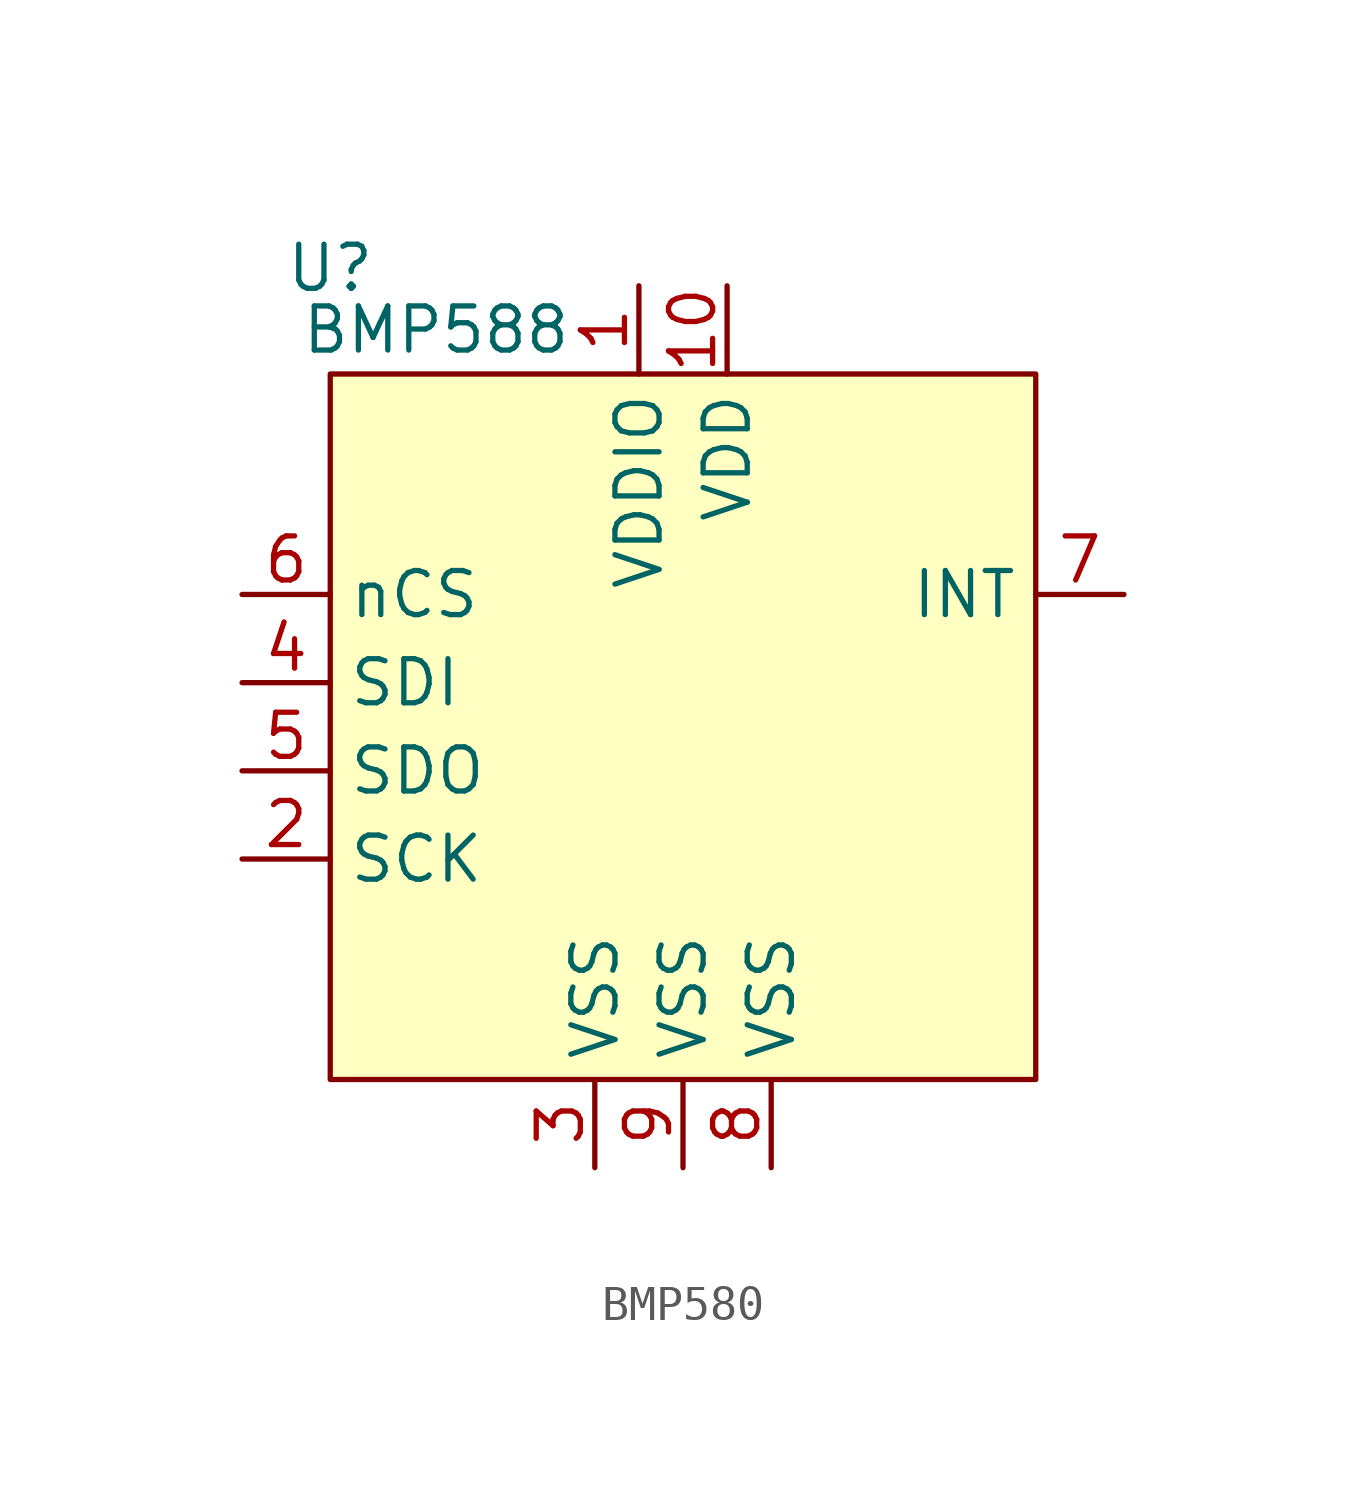
<source format=kicad_sym>
(kicad_symbol_lib
  (version 20241209)
  (generator "kicad_symbol_editor")
  (generator_version "9.0")
  (symbol "BMP580"
    (property "Reference" "U"
      (at 0 1.778 0)
      (effects (font (size 1.27 1.27))))
    (property "Value" "BMP588"
      (at 3.048 0 0)
      (effects (font (size 1.27 1.27))))
    (symbol "BMP580_0_0"
      (pin input line (at -2.54 -7.62 0) (length 2.54) (name "nCS" (effects (font (size 1.27 1.27)))) (number "6" (effects (font (size 1.27 1.27)))))
      (pin bidirectional line (at -2.54 -10.16 0) (length 2.54) (name "SDI" (effects (font (size 1.27 1.27)))) (number "4" (effects (font (size 1.27 1.27)))))
      (pin bidirectional line (at -2.54 -12.7 0) (length 2.54) (name "SDO" (effects (font (size 1.27 1.27)))) (number "5" (effects (font (size 1.27 1.27)))))
      (pin input line (at -2.54 -15.24 0) (length 2.54) (name "SCK" (effects (font (size 1.27 1.27)))) (number "2" (effects (font (size 1.27 1.27)))))
      (pin power_in line (at 7.62 -24.13 90) (length 2.54) (name "VSS" (effects (font (size 1.27 1.27)))) (number "3" (effects (font (size 1.27 1.27)))))
      (pin power_in line (at 8.89 1.27 270) (length 2.54) (name "VDDIO" (effects (font (size 1.27 1.27)))) (number "1" (effects (font (size 1.27 1.27)))))
      (pin power_in line (at 10.16 -24.13 90) (length 2.54) (name "VSS" (effects (font (size 1.27 1.27)))) (number "9" (effects (font (size 1.27 1.27)))))
      (pin power_in line (at 11.43 1.27 270) (length 2.54) (name "VDD" (effects (font (size 1.27 1.27)))) (number "10" (effects (font (size 1.27 1.27)))))
      (pin power_in line (at 12.7 -24.13 90) (length 2.54) (name "VSS" (effects (font (size 1.27 1.27)))) (number "8" (effects (font (size 1.27 1.27)))))
      (pin output line (at 22.86 -7.62 180) (length 2.54) (name "INT" (effects (font (size 1.27 1.27)))) (number "7" (effects (font (size 1.27 1.27))))))
    (symbol "BMP580_0_1"
      (rectangle (start 0 -1.27) (end 20.32 -21.59) (stroke (width 0) (type default)) (fill (type color) (color 255 255 194 1))))))
</source>
